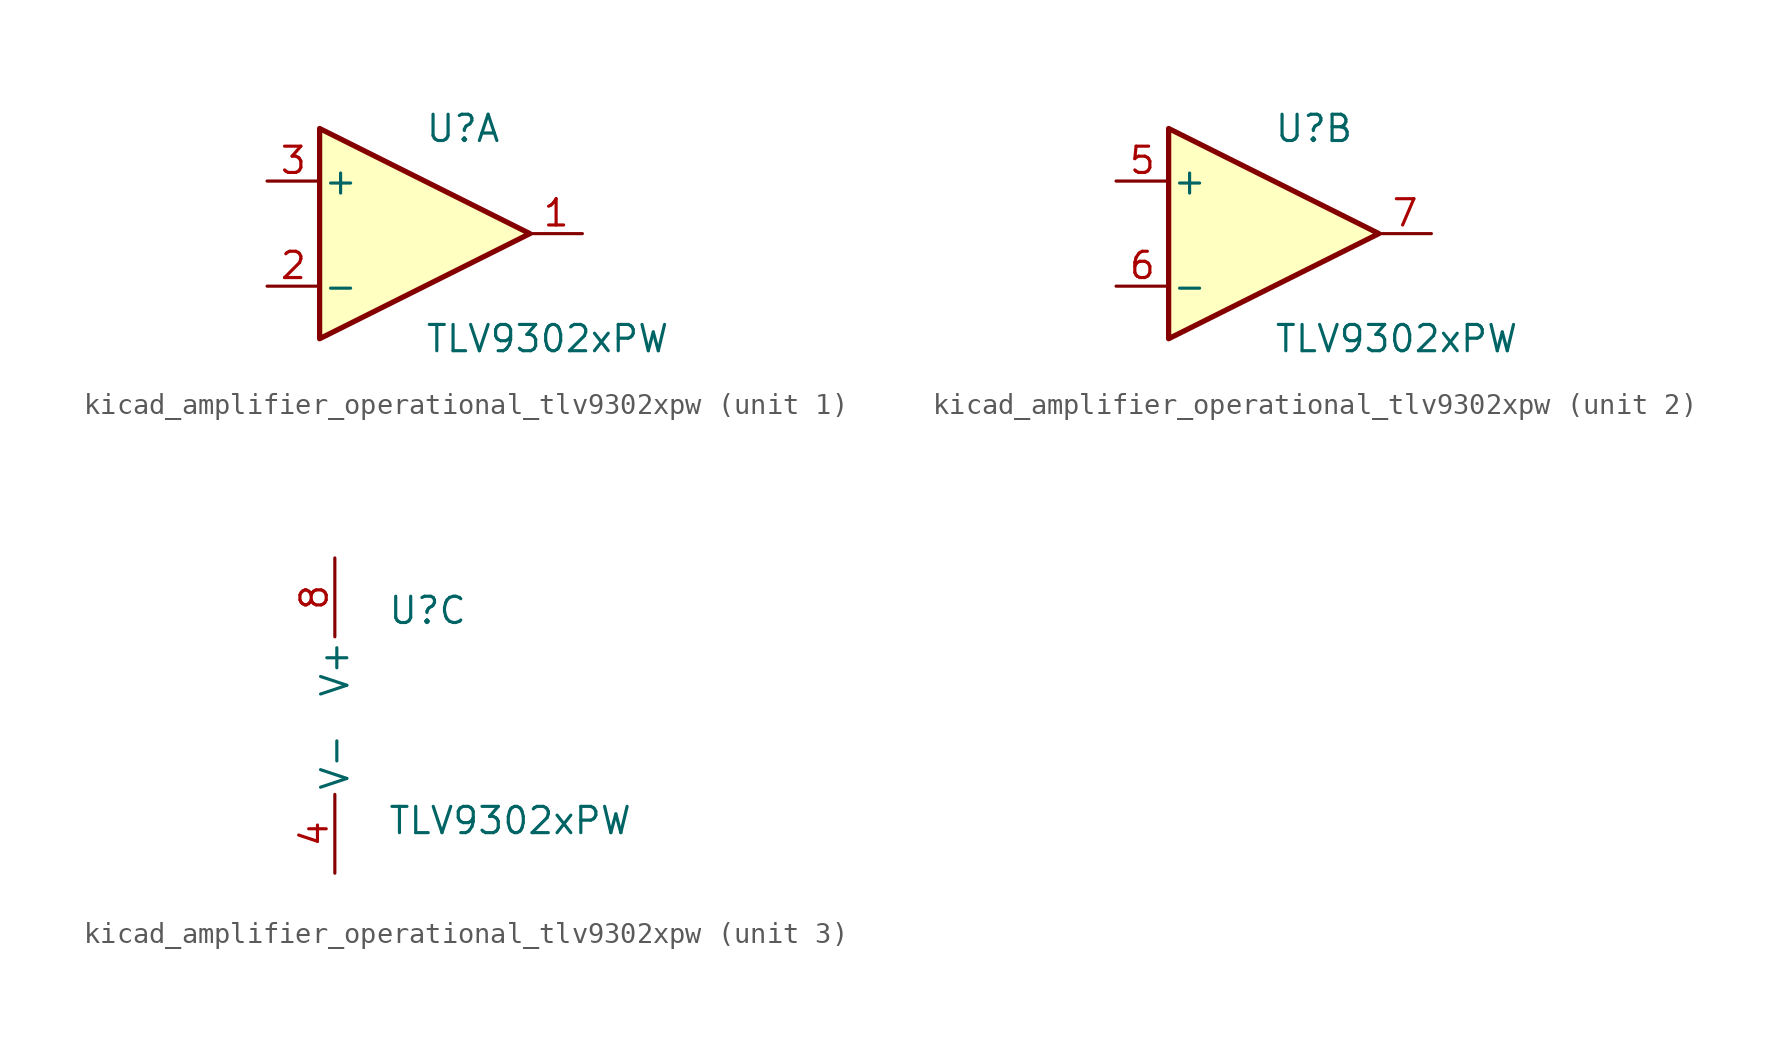
<source format=kicad_sym>
(kicad_symbol_lib
  (version 20220914)
  (generator kicad_symbol_editor)
  (symbol "kicad_amplifier_operational_tlv9302xpw"
    (pin_names
      (offset 0.127))
    (property "Reference" "U"
      (at 0 5.08 0)
      (effects (font (size 1.27 1.27)) (justify left)))
    (property "Value" "TLV9302xPW"
      (at 0 -5.08 0)
      (effects (font (size 1.27 1.27)) (justify left)))
    (property "ki_locked" ""
      (at 0 0 0)
      (effects (font (size 1.27 1.27))))
    (symbol "kicad_amplifier_operational_tlv9302xpw_1_1"
      (polyline (pts (xy -5.08 5.08) (xy 5.08 0) (xy -5.08 -5.08) (xy -5.08 5.08)) (stroke (width 0.254) (type default)) (fill (type background)))
      (pin output line (at 7.62 0 180) (length 2.54) (name "~" (effects (font (size 1.27 1.27)))) (number "1" (effects (font (size 1.27 1.27)))))
      (pin input line (at -7.62 -2.54 0) (length 2.54) (name "-" (effects (font (size 1.27 1.27)))) (number "2" (effects (font (size 1.27 1.27)))))
      (pin input line (at -7.62 2.54 0) (length 2.54) (name "+" (effects (font (size 1.27 1.27)))) (number "3" (effects (font (size 1.27 1.27))))))
    (symbol "kicad_amplifier_operational_tlv9302xpw_2_1"
      (polyline (pts (xy -5.08 5.08) (xy 5.08 0) (xy -5.08 -5.08) (xy -5.08 5.08)) (stroke (width 0.254) (type default)) (fill (type background)))
      (pin input line (at -7.62 2.54 0) (length 2.54) (name "+" (effects (font (size 1.27 1.27)))) (number "5" (effects (font (size 1.27 1.27)))))
      (pin input line (at -7.62 -2.54 0) (length 2.54) (name "-" (effects (font (size 1.27 1.27)))) (number "6" (effects (font (size 1.27 1.27)))))
      (pin output line (at 7.62 0 180) (length 2.54) (name "~" (effects (font (size 1.27 1.27)))) (number "7" (effects (font (size 1.27 1.27))))))
    (symbol "kicad_amplifier_operational_tlv9302xpw_3_1"
      (pin power_in line (at -2.54 -7.62 90) (length 3.81) (name "V-" (effects (font (size 1.27 1.27)))) (number "4" (effects (font (size 1.27 1.27)))))
      (pin power_in line (at -2.54 7.62 270) (length 3.81) (name "V+" (effects (font (size 1.27 1.27)))) (number "8" (effects (font (size 1.27 1.27))))))))
</source>
